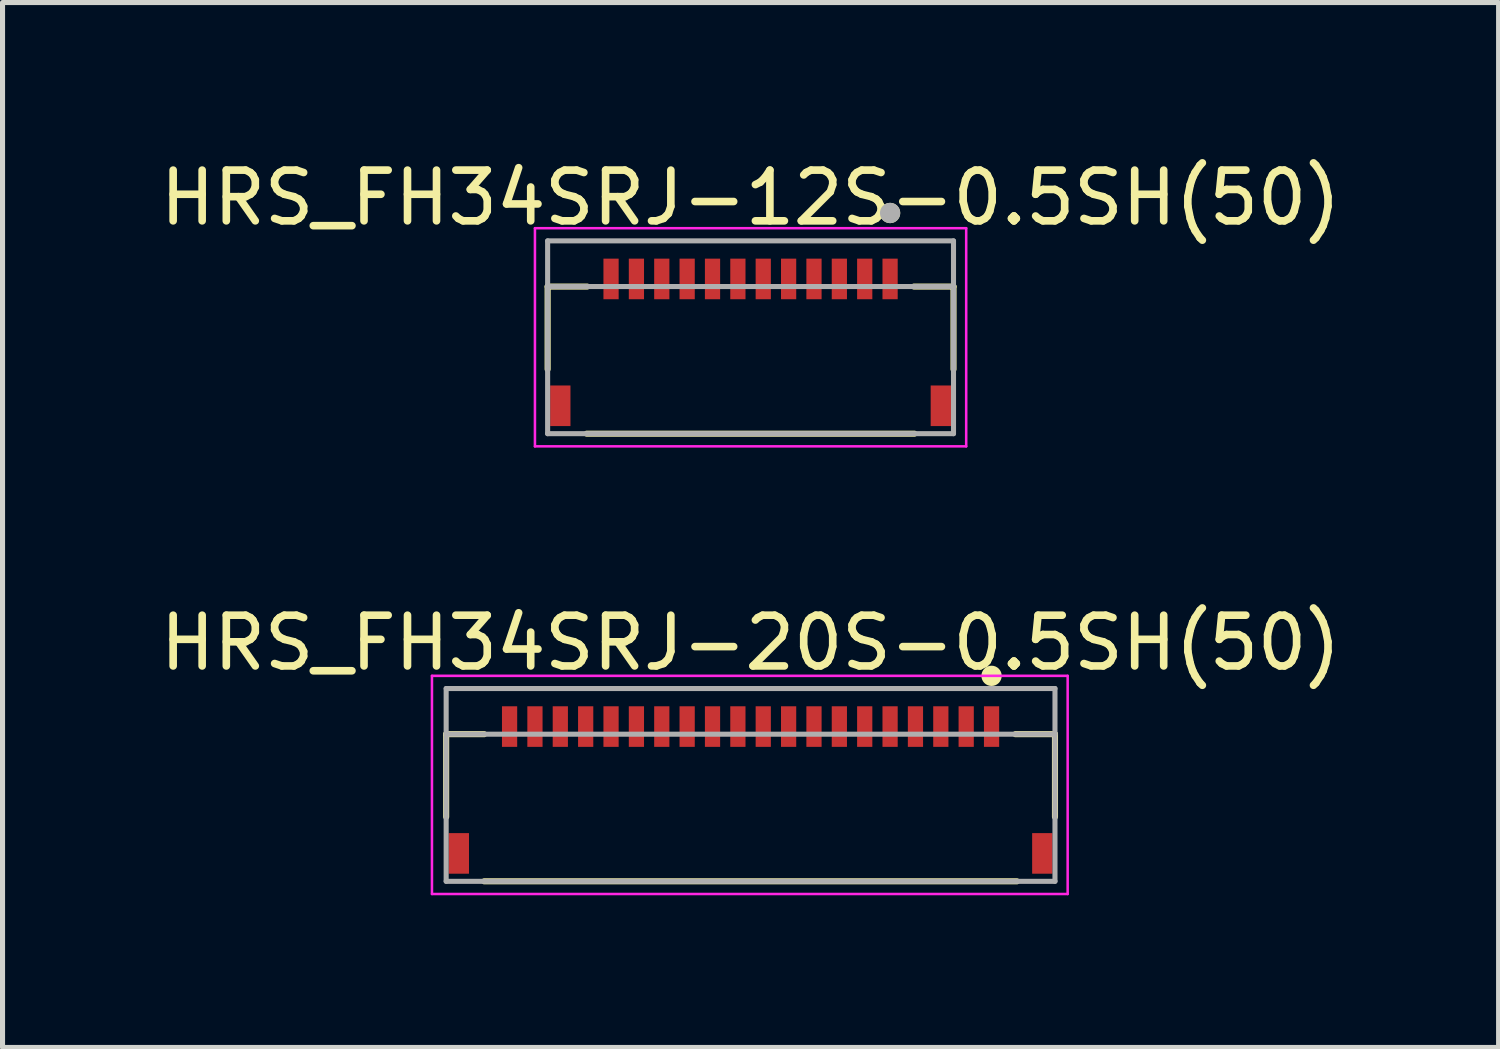
<source format=kicad_pcb>
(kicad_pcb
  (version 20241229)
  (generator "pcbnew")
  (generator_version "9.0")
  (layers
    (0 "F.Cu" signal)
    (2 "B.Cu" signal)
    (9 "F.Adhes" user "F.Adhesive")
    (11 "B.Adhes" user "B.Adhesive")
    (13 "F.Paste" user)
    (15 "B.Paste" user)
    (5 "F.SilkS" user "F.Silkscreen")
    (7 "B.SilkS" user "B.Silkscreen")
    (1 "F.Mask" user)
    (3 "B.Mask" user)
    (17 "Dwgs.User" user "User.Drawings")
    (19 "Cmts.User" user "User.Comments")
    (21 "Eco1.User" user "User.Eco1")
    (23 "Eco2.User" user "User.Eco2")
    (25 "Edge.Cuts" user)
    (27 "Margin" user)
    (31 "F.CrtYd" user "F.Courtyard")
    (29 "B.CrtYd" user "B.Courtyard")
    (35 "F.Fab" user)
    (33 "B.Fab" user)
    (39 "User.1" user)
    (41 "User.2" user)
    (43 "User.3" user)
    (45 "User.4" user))
  (footprint "HRS_FH34SRJ-20S-0.5SH(50)"
    (layer "F.Cu")
    (at 11.744 13.771)
    (property "Reference" "HRS_FH34SRJ-20S-0.5SH(50)" (at 0 -4.15 0) (layer "F.SilkS") (effects (font (size 1 1) (thickness 0.15))))
    (attr smd)
    (fp_line (start -6 -2.35) (end -6 -0.72) (stroke (width 0.12) (type solid)) (layer "F.SilkS"))
    (fp_line (start -6 -2.35) (end -5.25 -2.35) (stroke (width 0.12) (type solid)) (layer "F.SilkS"))
    (fp_line (start -5.25 0.55) (end 5.25 0.55) (stroke (width 0.12) (type solid)) (layer "F.SilkS"))
    (fp_line (start 5.22 -2.35) (end 6 -2.35) (stroke (width 0.12) (type solid)) (layer "F.SilkS"))
    (fp_line (start 6 -2.35) (end 6 -0.72) (stroke (width 0.12) (type solid)) (layer "F.SilkS"))
    (fp_circle (center 4.75 -3.5) (end 4.85 -3.5) (stroke (width 0.2) (type solid)) (fill no) (layer "F.SilkS"))
    (fp_poly (pts (xy -4.875 -2.9) (xy -4.625 -2.9) (xy -4.625 -2.25) (xy -4.875 -2.25)) (stroke (width 0.01) (type solid)) (fill yes) (layer "F.Paste"))
    (fp_poly (pts (xy -4.375 -2.9) (xy -4.125 -2.9) (xy -4.125 -2.25) (xy -4.375 -2.25)) (stroke (width 0.01) (type solid)) (fill yes) (layer "F.Paste"))
    (fp_poly (pts (xy -3.875 -2.9) (xy -3.625 -2.9) (xy -3.625 -2.25) (xy -3.875 -2.25)) (stroke (width 0.01) (type solid)) (fill yes) (layer "F.Paste"))
    (fp_poly (pts (xy -3.375 -2.9) (xy -3.125 -2.9) (xy -3.125 -2.25) (xy -3.375 -2.25)) (stroke (width 0.01) (type solid)) (fill yes) (layer "F.Paste"))
    (fp_poly (pts (xy -2.875 -2.9) (xy -2.625 -2.9) (xy -2.625 -2.25) (xy -2.875 -2.25)) (stroke (width 0.01) (type solid)) (fill yes) (layer "F.Paste"))
    (fp_poly (pts (xy -2.375 -2.9) (xy -2.125 -2.9) (xy -2.125 -2.25) (xy -2.375 -2.25)) (stroke (width 0.01) (type solid)) (fill yes) (layer "F.Paste"))
    (fp_poly (pts (xy -1.875 -2.9) (xy -1.625 -2.9) (xy -1.625 -2.25) (xy -1.875 -2.25)) (stroke (width 0.01) (type solid)) (fill yes) (layer "F.Paste"))
    (fp_poly (pts (xy -1.375 -2.9) (xy -1.125 -2.9) (xy -1.125 -2.25) (xy -1.375 -2.25)) (stroke (width 0.01) (type solid)) (fill yes) (layer "F.Paste"))
    (fp_poly (pts (xy -0.875 -2.9) (xy -0.625 -2.9) (xy -0.625 -2.25) (xy -0.875 -2.25)) (stroke (width 0.01) (type solid)) (fill yes) (layer "F.Paste"))
    (fp_poly (pts (xy -0.375 -2.9) (xy -0.125 -2.9) (xy -0.125 -2.25) (xy -0.375 -2.25)) (stroke (width 0.01) (type solid)) (fill yes) (layer "F.Paste"))
    (fp_poly (pts (xy 0.125 -2.9) (xy 0.375 -2.9) (xy 0.375 -2.25) (xy 0.125 -2.25)) (stroke (width 0.01) (type solid)) (fill yes) (layer "F.Paste"))
    (fp_poly (pts (xy 0.625 -2.9) (xy 0.875 -2.9) (xy 0.875 -2.25) (xy 0.625 -2.25)) (stroke (width 0.01) (type solid)) (fill yes) (layer "F.Paste"))
    (fp_poly (pts (xy 1.125 -2.9) (xy 1.375 -2.9) (xy 1.375 -2.25) (xy 1.125 -2.25)) (stroke (width 0.01) (type solid)) (fill yes) (layer "F.Paste"))
    (fp_poly (pts (xy 1.625 -2.9) (xy 1.875 -2.9) (xy 1.875 -2.25) (xy 1.625 -2.25)) (stroke (width 0.01) (type solid)) (fill yes) (layer "F.Paste"))
    (fp_poly (pts (xy 2.125 -2.9) (xy 2.375 -2.9) (xy 2.375 -2.25) (xy 2.125 -2.25)) (stroke (width 0.01) (type solid)) (fill yes) (layer "F.Paste"))
    (fp_poly (pts (xy 2.625 -2.9) (xy 2.875 -2.9) (xy 2.875 -2.25) (xy 2.625 -2.25)) (stroke (width 0.01) (type solid)) (fill yes) (layer "F.Paste"))
    (fp_poly (pts (xy 3.125 -2.9) (xy 3.375 -2.9) (xy 3.375 -2.25) (xy 3.125 -2.25)) (stroke (width 0.01) (type solid)) (fill yes) (layer "F.Paste"))
    (fp_poly (pts (xy 3.625 -2.9) (xy 3.875 -2.9) (xy 3.875 -2.25) (xy 3.625 -2.25)) (stroke (width 0.01) (type solid)) (fill yes) (layer "F.Paste"))
    (fp_poly (pts (xy 4.125 -2.9) (xy 4.375 -2.9) (xy 4.375 -2.25) (xy 4.125 -2.25)) (stroke (width 0.01) (type solid)) (fill yes) (layer "F.Paste"))
    (fp_poly (pts (xy 4.625 -2.9) (xy 4.875 -2.9) (xy 4.875 -2.25) (xy 4.625 -2.25)) (stroke (width 0.01) (type solid)) (fill yes) (layer "F.Paste"))
    (fp_line (start -6.28 0.8) (end -6.28 -3.5) (stroke (width 0.05) (type solid)) (layer "F.CrtYd"))
    (fp_line (start 6.25 -3.5) (end -6.28 -3.5) (stroke (width 0.05) (type solid)) (layer "F.CrtYd"))
    (fp_line (start 6.25 -3.5) (end 6.25 0.8) (stroke (width 0.05) (type solid)) (layer "F.CrtYd"))
    (fp_line (start 6.25 0.8) (end -6.28 0.8) (stroke (width 0.05) (type solid)) (layer "F.CrtYd"))
    (fp_line (start -6 -3.25) (end -6 0.55) (stroke (width 0.1) (type solid)) (layer "F.Fab"))
    (fp_line (start 6 -3.25) (end -6 -3.25) (stroke (width 0.1) (type solid)) (layer "F.Fab"))
    (fp_line (start 6 -3.25) (end 6 0.55) (stroke (width 0.1) (type solid)) (layer "F.Fab"))
    (fp_line (start 6 -2.35) (end -6 -2.35) (stroke (width 0.1) (type solid)) (layer "F.Fab"))
    (fp_line (start 6 0.55) (end -6 0.55) (stroke (width 0.1) (type solid)) (layer "F.Fab"))
    (pad "1" smd rect (at 4.75 -2.5) (size 0.3 0.8) (layers "F.Cu" "F.Mask"))
    (pad "2" smd rect (at 4.25 -2.5) (size 0.3 0.8) (layers "F.Cu" "F.Mask"))
    (pad "3" smd rect (at 3.75 -2.5) (size 0.3 0.8) (layers "F.Cu" "F.Mask"))
    (pad "4" smd rect (at 3.25 -2.5) (size 0.3 0.8) (layers "F.Cu" "F.Mask"))
    (pad "5" smd rect (at 2.75 -2.5) (size 0.3 0.8) (layers "F.Cu" "F.Mask"))
    (pad "6" smd rect (at 2.25 -2.5) (size 0.3 0.8) (layers "F.Cu" "F.Mask"))
    (pad "7" smd rect (at 1.75 -2.5) (size 0.3 0.8) (layers "F.Cu" "F.Mask"))
    (pad "8" smd rect (at 1.25 -2.5) (size 0.3 0.8) (layers "F.Cu" "F.Mask"))
    (pad "9" smd rect (at 0.75 -2.5) (size 0.3 0.8) (layers "F.Cu" "F.Mask"))
    (pad "10" smd rect (at 0.25 -2.5) (size 0.3 0.8) (layers "F.Cu" "F.Mask"))
    (pad "11" smd rect (at -0.25 -2.5) (size 0.3 0.8) (layers "F.Cu" "F.Mask"))
    (pad "12" smd rect (at -0.75 -2.5) (size 0.3 0.8) (layers "F.Cu" "F.Mask"))
    (pad "13" smd rect (at -1.25 -2.5) (size 0.3 0.8) (layers "F.Cu" "F.Mask"))
    (pad "14" smd rect (at -1.75 -2.5) (size 0.3 0.8) (layers "F.Cu" "F.Mask"))
    (pad "15" smd rect (at -2.25 -2.5) (size 0.3 0.8) (layers "F.Cu" "F.Mask"))
    (pad "16" smd rect (at -2.75 -2.5) (size 0.3 0.8) (layers "F.Cu" "F.Mask"))
    (pad "17" smd rect (at -3.25 -2.5) (size 0.3 0.8) (layers "F.Cu" "F.Mask"))
    (pad "18" smd rect (at -3.75 -2.5) (size 0.3 0.8) (layers "F.Cu" "F.Mask"))
    (pad "19" smd rect (at -4.25 -2.5) (size 0.3 0.8) (layers "F.Cu" "F.Mask"))
    (pad "20" smd rect (at -4.75 -2.5) (size 0.3 0.8) (layers "F.Cu" "F.Mask"))
    (pad "MP" smd rect (at -5.75 0) (size 0.4 0.8) (layers "F.Cu" "F.Mask" "F.Paste"))
    (pad "MP" smd rect (at 5.75 0) (size 0.4 0.8) (layers "F.Cu" "F.Mask" "F.Paste")))
  (footprint "HRS_FH34SRJ-12S-0.5SH(50)"
    (layer "F.Cu")
    (at 11.744 4.948)
    (property "Reference" "HRS_FH34SRJ-12S-0.5SH(50)" (at 0 -4.1 0) (layer "F.SilkS") (effects (font (size 1 1) (thickness 0.15))))
    (attr smd)
    (fp_line (start -4 -2.35) (end -4 -0.72) (stroke (width 0.12) (type solid)) (layer "F.SilkS"))
    (fp_line (start -3.23 0.55) (end 3.23 0.55) (stroke (width 0.12) (type solid)) (layer "F.SilkS"))
    (fp_line (start -3.22 -2.35) (end -4 -2.35) (stroke (width 0.12) (type solid)) (layer "F.SilkS"))
    (fp_line (start 3.22 -2.35) (end 4 -2.35) (stroke (width 0.12) (type solid)) (layer "F.SilkS"))
    (fp_line (start 4 -2.35) (end 4 -0.72) (stroke (width 0.12) (type solid)) (layer "F.SilkS"))
    (fp_circle (center 2.75 -3.8) (end 2.85 -3.8) (stroke (width 0.2) (type solid)) (fill no) (layer "F.SilkS"))
    (fp_poly (pts (xy -2.875 -2.9) (xy -2.625 -2.9) (xy -2.625 -2.25) (xy -2.875 -2.25)) (stroke (width 0.01) (type solid)) (fill yes) (layer "F.Paste"))
    (fp_poly (pts (xy -2.375 -2.9) (xy -2.125 -2.9) (xy -2.125 -2.25) (xy -2.375 -2.25)) (stroke (width 0.01) (type solid)) (fill yes) (layer "F.Paste"))
    (fp_poly (pts (xy -1.875 -2.9) (xy -1.625 -2.9) (xy -1.625 -2.25) (xy -1.875 -2.25)) (stroke (width 0.01) (type solid)) (fill yes) (layer "F.Paste"))
    (fp_poly (pts (xy -1.375 -2.9) (xy -1.125 -2.9) (xy -1.125 -2.25) (xy -1.375 -2.25)) (stroke (width 0.01) (type solid)) (fill yes) (layer "F.Paste"))
    (fp_poly (pts (xy -0.875 -2.9) (xy -0.625 -2.9) (xy -0.625 -2.25) (xy -0.875 -2.25)) (stroke (width 0.01) (type solid)) (fill yes) (layer "F.Paste"))
    (fp_poly (pts (xy -0.375 -2.9) (xy -0.125 -2.9) (xy -0.125 -2.25) (xy -0.375 -2.25)) (stroke (width 0.01) (type solid)) (fill yes) (layer "F.Paste"))
    (fp_poly (pts (xy 0.125 -2.9) (xy 0.375 -2.9) (xy 0.375 -2.25) (xy 0.125 -2.25)) (stroke (width 0.01) (type solid)) (fill yes) (layer "F.Paste"))
    (fp_poly (pts (xy 0.625 -2.9) (xy 0.875 -2.9) (xy 0.875 -2.25) (xy 0.625 -2.25)) (stroke (width 0.01) (type solid)) (fill yes) (layer "F.Paste"))
    (fp_poly (pts (xy 1.125 -2.9) (xy 1.375 -2.9) (xy 1.375 -2.25) (xy 1.125 -2.25)) (stroke (width 0.01) (type solid)) (fill yes) (layer "F.Paste"))
    (fp_poly (pts (xy 1.625 -2.9) (xy 1.875 -2.9) (xy 1.875 -2.25) (xy 1.625 -2.25)) (stroke (width 0.01) (type solid)) (fill yes) (layer "F.Paste"))
    (fp_poly (pts (xy 2.125 -2.9) (xy 2.375 -2.9) (xy 2.375 -2.25) (xy 2.125 -2.25)) (stroke (width 0.01) (type solid)) (fill yes) (layer "F.Paste"))
    (fp_poly (pts (xy 2.625 -2.9) (xy 2.875 -2.9) (xy 2.875 -2.25) (xy 2.625 -2.25)) (stroke (width 0.01) (type solid)) (fill yes) (layer "F.Paste"))
    (fp_line (start -4.25 -3.5) (end -4.25 0.8) (stroke (width 0.05) (type solid)) (layer "F.CrtYd"))
    (fp_line (start -4.25 0.8) (end 4.25 0.8) (stroke (width 0.05) (type solid)) (layer "F.CrtYd"))
    (fp_line (start 4.25 -3.5) (end -4.25 -3.5) (stroke (width 0.05) (type solid)) (layer "F.CrtYd"))
    (fp_line (start 4.25 0.8) (end 4.25 -3.5) (stroke (width 0.05) (type solid)) (layer "F.CrtYd"))
    (fp_line (start -4 -3.25) (end 4 -3.25) (stroke (width 0.1) (type solid)) (layer "F.Fab"))
    (fp_line (start -4 -2.35) (end 4 -2.35) (stroke (width 0.1) (type solid)) (layer "F.Fab"))
    (fp_line (start -4 0.55) (end -4 -3.25) (stroke (width 0.1) (type solid)) (layer "F.Fab"))
    (fp_line (start 4 -3.25) (end 4 0.55) (stroke (width 0.1) (type solid)) (layer "F.Fab"))
    (fp_line (start 4 0.55) (end -4 0.55) (stroke (width 0.1) (type solid)) (layer "F.Fab"))
    (fp_circle (center 2.75 -3.8) (end 2.85 -3.8) (stroke (width 0.2) (type solid)) (fill no) (layer "F.Fab"))
    (pad "1" smd rect (at 2.75 -2.5) (size 0.3 0.8) (layers "F.Cu" "F.Mask"))
    (pad "2" smd rect (at 2.25 -2.5) (size 0.3 0.8) (layers "F.Cu" "F.Mask"))
    (pad "3" smd rect (at 1.75 -2.5) (size 0.3 0.8) (layers "F.Cu" "F.Mask"))
    (pad "4" smd rect (at 1.25 -2.5) (size 0.3 0.8) (layers "F.Cu" "F.Mask"))
    (pad "5" smd rect (at 0.75 -2.5) (size 0.3 0.8) (layers "F.Cu" "F.Mask"))
    (pad "6" smd rect (at 0.25 -2.5) (size 0.3 0.8) (layers "F.Cu" "F.Mask"))
    (pad "7" smd rect (at -0.25 -2.5) (size 0.3 0.8) (layers "F.Cu" "F.Mask"))
    (pad "8" smd rect (at -0.75 -2.5) (size 0.3 0.8) (layers "F.Cu" "F.Mask"))
    (pad "9" smd rect (at -1.25 -2.5) (size 0.3 0.8) (layers "F.Cu" "F.Mask"))
    (pad "10" smd rect (at -1.75 -2.5) (size 0.3 0.8) (layers "F.Cu" "F.Mask"))
    (pad "11" smd rect (at -2.25 -2.5) (size 0.3 0.8) (layers "F.Cu" "F.Mask"))
    (pad "12" smd rect (at -2.75 -2.5) (size 0.3 0.8) (layers "F.Cu" "F.Mask"))
    (pad "MP" smd rect (at -3.75 0) (size 0.4 0.8) (layers "F.Cu" "F.Mask" "F.Paste"))
    (pad "MP" smd rect (at 3.75 0) (size 0.4 0.8) (layers "F.Cu" "F.Mask" "F.Paste")))
  (gr_rect
    (start -3 -3)
    (end 26.488 17.596)
    (stroke (width 0.1) (type default))
    (fill no)
    (layer "Edge.Cuts")))
</source>
